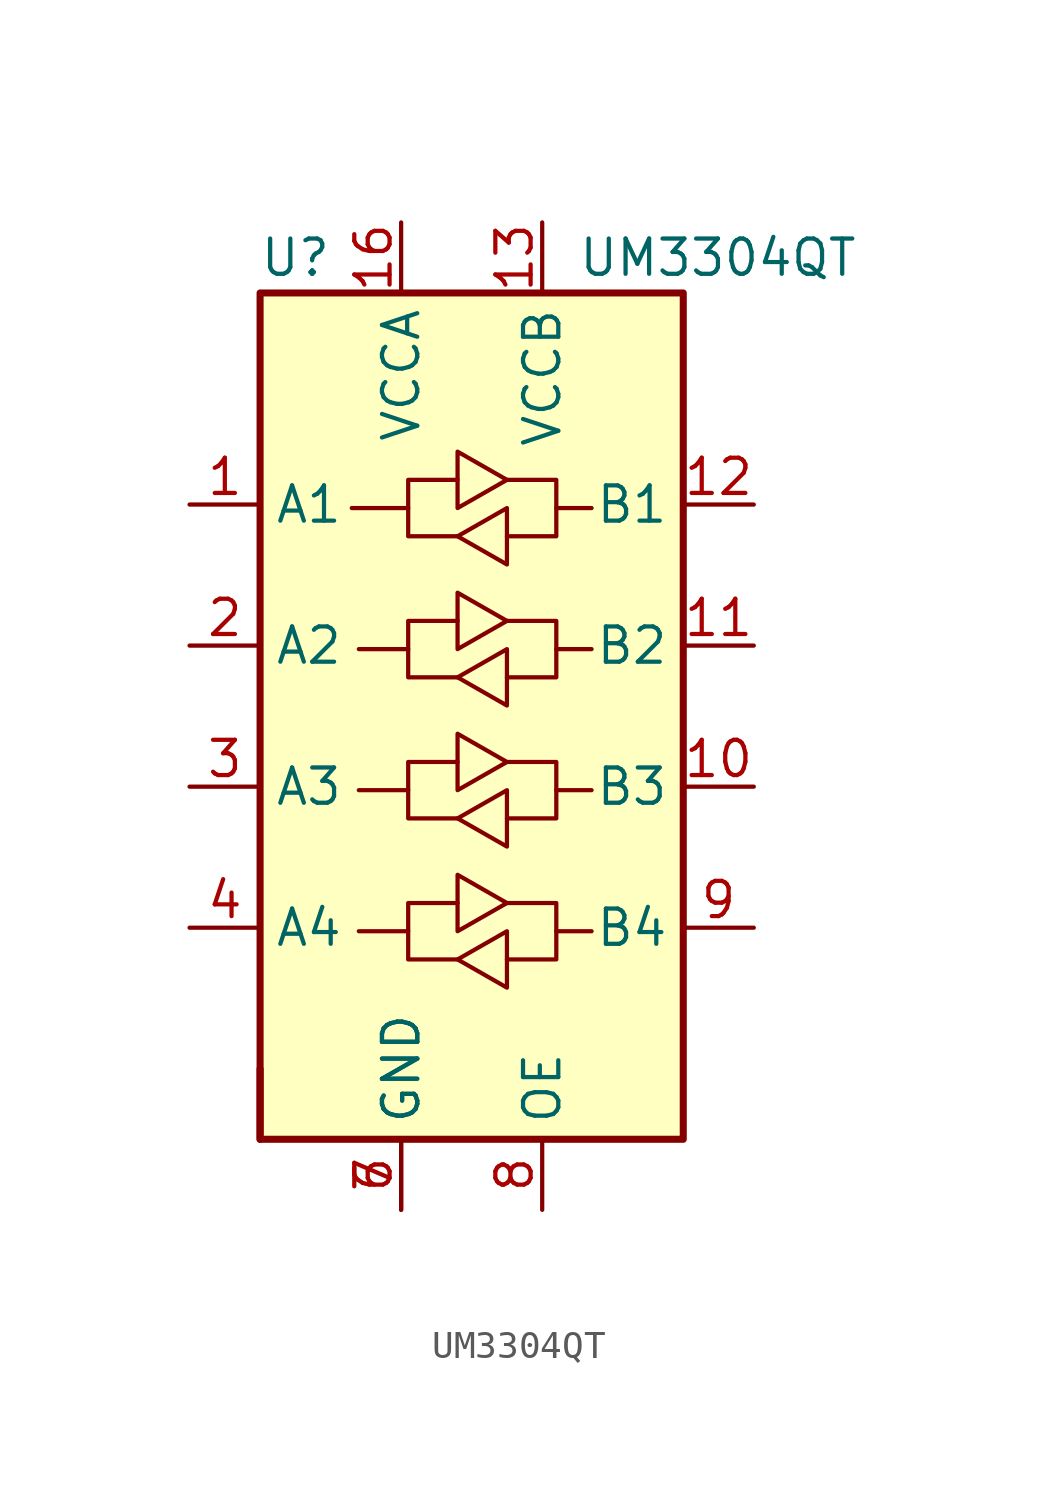
<source format=kicad_sym>
(kicad_symbol_lib
  (version 20220914)
  (generator kicad_symbol_editor)
  (symbol "UM3304QT"
    (property "Reference" "U"
      (at -6.35 16.51 0)
      (effects (font (size 1.27 1.27))))
    (property "Value" "UM3304QT"
      (at 3.81 16.51 0)
      (effects (font (size 1.27 1.27)) (justify left)))
    (symbol "UM3304QT_0_1"
      (rectangle (start -7.62 -15.24) (end -7.62 -12.7) (stroke (width 0.254) (type default)) (fill (type none)))
      (rectangle (start -7.62 15.24) (end 7.62 -15.24) (stroke (width 0.254) (type default)) (fill (type background)))
      (polyline (pts (xy -2.286 -7.747) (xy -2.286 -6.731) (xy -0.508 -6.731)) (stroke (width 0) (type default)) (fill (type none)))
      (polyline (pts (xy -2.286 -2.667) (xy -2.286 -1.651) (xy -0.508 -1.651)) (stroke (width 0) (type default)) (fill (type none)))
      (polyline (pts (xy -2.286 2.413) (xy -2.286 3.429) (xy -0.508 3.429)) (stroke (width 0) (type default)) (fill (type none)))
      (polyline (pts (xy -2.286 7.493) (xy -2.286 8.509) (xy -0.508 8.509)) (stroke (width 0) (type default)) (fill (type none)))
      (polyline (pts (xy 3.048 -7.747) (xy 3.048 -8.763) (xy 1.27 -8.763)) (stroke (width 0) (type default)) (fill (type none)))
      (polyline (pts (xy 3.048 -2.667) (xy 3.048 -3.683) (xy 1.27 -3.683)) (stroke (width 0) (type default)) (fill (type none)))
      (polyline (pts (xy 3.048 2.413) (xy 3.048 1.397) (xy 1.27 1.397)) (stroke (width 0) (type default)) (fill (type none)))
      (polyline (pts (xy 3.048 7.493) (xy 3.048 6.477) (xy 1.27 6.477)) (stroke (width 0) (type default)) (fill (type none)))
      (polyline (pts (xy -0.508 -8.763) (xy -2.286 -8.763) (xy -2.286 -7.747) (xy -4.064 -7.747)) (stroke (width 0) (type default)) (fill (type none)))
      (polyline (pts (xy -0.508 -8.763) (xy 1.27 -7.747) (xy 1.27 -9.779) (xy -0.508 -8.763)) (stroke (width 0) (type default)) (fill (type none)))
      (polyline (pts (xy -0.508 -3.683) (xy -2.286 -3.683) (xy -2.286 -2.667) (xy -4.064 -2.667)) (stroke (width 0) (type default)) (fill (type none)))
      (polyline (pts (xy -0.508 -3.683) (xy 1.27 -2.667) (xy 1.27 -4.699) (xy -0.508 -3.683)) (stroke (width 0) (type default)) (fill (type none)))
      (polyline (pts (xy -0.508 1.397) (xy -2.286 1.397) (xy -2.286 2.413) (xy -4.064 2.413)) (stroke (width 0) (type default)) (fill (type none)))
      (polyline (pts (xy -0.508 1.397) (xy 1.27 2.413) (xy 1.27 0.381) (xy -0.508 1.397)) (stroke (width 0) (type default)) (fill (type none)))
      (polyline (pts (xy -0.508 6.477) (xy -2.286 6.477) (xy -2.286 7.493) (xy -4.318 7.493)) (stroke (width 0) (type default)) (fill (type none)))
      (polyline (pts (xy -0.508 6.477) (xy 1.27 7.493) (xy 1.27 5.461) (xy -0.508 6.477)) (stroke (width 0) (type default)) (fill (type none)))
      (polyline (pts (xy 1.27 -6.731) (xy -0.508 -7.747) (xy -0.508 -5.715) (xy 1.27 -6.731)) (stroke (width 0) (type default)) (fill (type none)))
      (polyline (pts (xy 1.27 -6.731) (xy 3.048 -6.731) (xy 3.048 -7.747) (xy 4.318 -7.747)) (stroke (width 0) (type default)) (fill (type none)))
      (polyline (pts (xy 1.27 -1.651) (xy -0.508 -2.667) (xy -0.508 -0.635) (xy 1.27 -1.651)) (stroke (width 0) (type default)) (fill (type none)))
      (polyline (pts (xy 1.27 -1.651) (xy 3.048 -1.651) (xy 3.048 -2.667) (xy 4.318 -2.667)) (stroke (width 0) (type default)) (fill (type none)))
      (polyline (pts (xy 1.27 3.429) (xy -0.508 2.413) (xy -0.508 4.445) (xy 1.27 3.429)) (stroke (width 0) (type default)) (fill (type none)))
      (polyline (pts (xy 1.27 3.429) (xy 3.048 3.429) (xy 3.048 2.413) (xy 4.318 2.413)) (stroke (width 0) (type default)) (fill (type none)))
      (polyline (pts (xy 1.27 8.509) (xy -0.508 7.493) (xy -0.508 9.525) (xy 1.27 8.509)) (stroke (width 0) (type default)) (fill (type none)))
      (polyline (pts (xy 1.27 8.509) (xy 3.048 8.509) (xy 3.048 7.493) (xy 4.318 7.493)) (stroke (width 0) (type default)) (fill (type none))))
    (symbol "UM3304QT_1_1"
      (pin bidirectional line (at -10.16 7.62 0) (length 2.54) (name "A1" (effects (font (size 1.27 1.27)))) (number "1" (effects (font (size 1.27 1.27)))))
      (pin bidirectional line (at 10.16 -2.54 180) (length 2.54) (name "B3" (effects (font (size 1.27 1.27)))) (number "10" (effects (font (size 1.27 1.27)))))
      (pin bidirectional line (at 10.16 2.54 180) (length 2.54) (name "B2" (effects (font (size 1.27 1.27)))) (number "11" (effects (font (size 1.27 1.27)))))
      (pin bidirectional line (at 10.16 7.62 180) (length 2.54) (name "B1" (effects (font (size 1.27 1.27)))) (number "12" (effects (font (size 1.27 1.27)))))
      (pin power_in line (at 2.54 17.78 270) (length 2.54) (name "VCCB" (effects (font (size 1.27 1.27)))) (number "13" (effects (font (size 1.27 1.27)))))
      (pin no_connect line (at 10.16 12.7 180) (length 2.54) hide (name "NC" (effects (font (size 1.27 1.27)))) (number "14" (effects (font (size 1.27 1.27)))))
      (pin no_connect line (at -10.16 12.7 0) (length 2.54) hide (name "NC" (effects (font (size 1.27 1.27)))) (number "15" (effects (font (size 1.27 1.27)))))
      (pin power_in line (at -2.54 17.78 270) (length 2.54) (name "VCCA" (effects (font (size 1.27 1.27)))) (number "16" (effects (font (size 1.27 1.27)))))
      (pin bidirectional line (at -10.16 2.54 0) (length 2.54) (name "A2" (effects (font (size 1.27 1.27)))) (number "2" (effects (font (size 1.27 1.27)))))
      (pin bidirectional line (at -10.16 -2.54 0) (length 2.54) (name "A3" (effects (font (size 1.27 1.27)))) (number "3" (effects (font (size 1.27 1.27)))))
      (pin bidirectional line (at -10.16 -7.62 0) (length 2.54) (name "A4" (effects (font (size 1.27 1.27)))) (number "4" (effects (font (size 1.27 1.27)))))
      (pin no_connect line (at -10.16 -11.43 0) (length 2.54) hide (name "NC" (effects (font (size 1.27 1.27)))) (number "5" (effects (font (size 1.27 1.27)))))
      (pin power_in line (at -2.54 -17.78 90) (length 2.54) (name "GND" (effects (font (size 1.27 1.27)))) (number "6" (effects (font (size 1.27 1.27)))))
      (pin power_in line (at -2.54 -17.78 90) (length 2.54) (name "GND" (effects (font (size 1.27 1.27)))) (number "7" (effects (font (size 1.27 1.27)))))
      (pin input line (at 2.54 -17.78 90) (length 2.54) (name "OE" (effects (font (size 1.27 1.27)))) (number "8" (effects (font (size 1.27 1.27)))))
      (pin bidirectional line (at 10.16 -7.62 180) (length 2.54) (name "B4" (effects (font (size 1.27 1.27)))) (number "9" (effects (font (size 1.27 1.27))))))))
</source>
